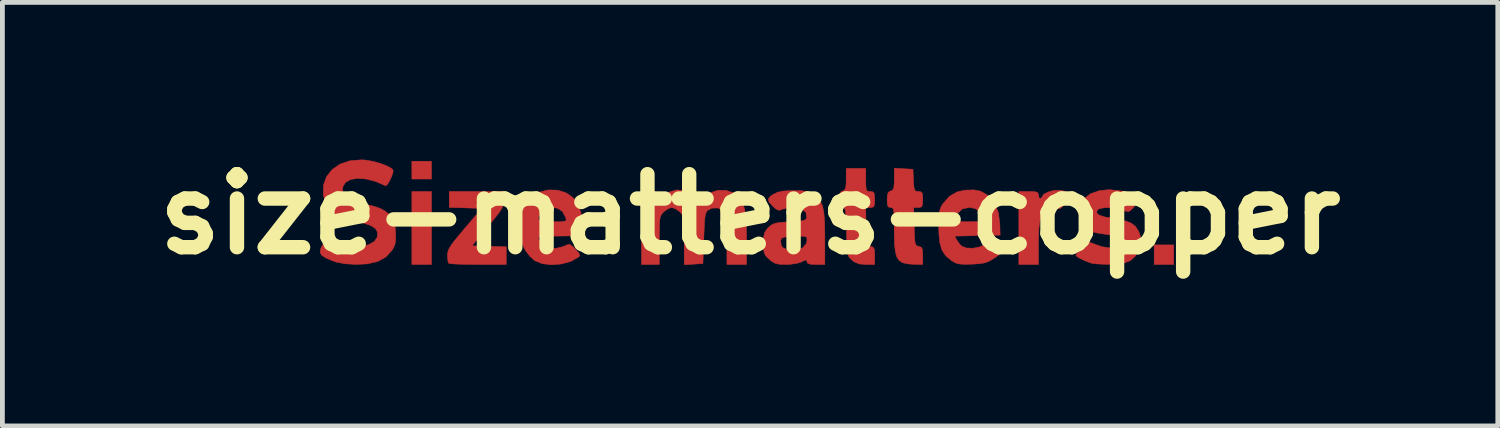
<source format=kicad_pcb>
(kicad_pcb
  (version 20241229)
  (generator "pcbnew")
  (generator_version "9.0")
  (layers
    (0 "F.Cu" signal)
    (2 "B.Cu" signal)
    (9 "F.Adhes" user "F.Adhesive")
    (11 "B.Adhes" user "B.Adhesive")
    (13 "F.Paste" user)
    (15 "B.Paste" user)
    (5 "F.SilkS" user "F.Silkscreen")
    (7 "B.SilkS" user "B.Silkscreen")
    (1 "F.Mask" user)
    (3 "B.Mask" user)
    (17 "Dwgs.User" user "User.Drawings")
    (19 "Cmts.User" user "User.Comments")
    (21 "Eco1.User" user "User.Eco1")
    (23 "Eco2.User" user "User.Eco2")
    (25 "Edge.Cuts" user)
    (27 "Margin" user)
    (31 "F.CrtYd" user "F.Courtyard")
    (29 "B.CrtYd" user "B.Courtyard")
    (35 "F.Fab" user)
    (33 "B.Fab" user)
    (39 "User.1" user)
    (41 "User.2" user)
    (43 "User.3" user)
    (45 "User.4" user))
  (footprint "size-matters-copper"
    (layer "F.Cu")
    (at 12.598 1.418)
    (property "Reference" "size-matters-copper" (at 0 0 0) (layer "F.SilkS") (effects (font (size 1.524 1.524) (thickness 0.3))))
    (attr through_hole)
    (fp_poly (pts (xy -6.647 -0.733) (xy -7.056 -0.733) (xy -7.056 -1.104) (xy -6.647 -1.104) (xy -6.647 -0.733)) (stroke (width 0.01) (type solid)) (fill yes) (layer "F.Cu"))
    (fp_poly (pts (xy -6.647 1.05) (xy -7.056 1.05) (xy -7.056 -0.473) (xy -6.647 -0.473) (xy -6.647 1.05)) (stroke (width 0.01) (type solid)) (fill yes) (layer "F.Cu"))
    (fp_poly (pts (xy 8.838 1.05) (xy 8.43 1.05) (xy 8.43 0.641) (xy 8.838 0.641) (xy 8.838 1.05)) (stroke (width 0.01) (type solid)) (fill yes) (layer "F.Cu"))
    (fp_poly (pts (xy -5.126 -0.315) (xy -5.13 -0.247) (xy -5.147 -0.183) (xy -5.184 -0.111) (xy -5.248 -0.018) (xy -5.348 0.109) (xy -5.464 0.251) (xy -5.801 0.66) (xy -5.444 0.67) (xy -5.087 0.681) (xy -5.087 1.05) (xy -5.675 1.05) (xy -5.877 1.048) (xy -6.052 1.044) (xy -6.188 1.038) (xy -6.27 1.03) (xy -6.288 1.025) (xy -6.304 0.975) (xy -6.313 0.882) (xy -6.313 0.859) (xy -6.308 0.798) (xy -6.288 0.736) (xy -6.246 0.661) (xy -6.174 0.563) (xy -6.065 0.43) (xy -5.955 0.299) (xy -5.597 -0.12) (xy -5.936 -0.131) (xy -6.276 -0.141) (xy -6.276 -0.473) (xy -5.125 -0.473) (xy -5.126 -0.315)) (stroke (width 0.01) (type solid)) (fill yes) (layer "F.Cu"))
    (fp_poly (pts (xy 6.472 -0.498) (xy 6.6 -0.472) (xy 6.66 -0.429) (xy 6.656 -0.36) (xy 6.593 -0.252) (xy 6.591 -0.25) (xy 6.522 -0.159) (xy 6.467 -0.119) (xy 6.404 -0.117) (xy 6.382 -0.121) (xy 6.259 -0.133) (xy 6.165 -0.104) (xy 6.097 -0.028) (xy 6.052 0.102) (xy 6.026 0.292) (xy 6.016 0.547) (xy 6.016 0.603) (xy 6.016 1.05) (xy 5.607 1.05) (xy 5.607 -0.473) (xy 5.812 -0.473) (xy 5.93 -0.47) (xy 5.991 -0.456) (xy 6.014 -0.425) (xy 6.016 -0.398) (xy 6.031 -0.338) (xy 6.053 -0.324) (xy 6.089 -0.352) (xy 6.09 -0.36) (xy 6.123 -0.412) (xy 6.208 -0.458) (xy 6.32 -0.491) (xy 6.436 -0.501) (xy 6.472 -0.498)) (stroke (width 0.01) (type solid)) (fill yes) (layer "F.Cu"))
    (fp_poly (pts (xy 2.414 -0.714) (xy 2.415 -0.584) (xy 2.425 -0.512) (xy 2.448 -0.481) (xy 2.491 -0.473) (xy 2.507 -0.473) (xy 2.564 -0.466) (xy 2.591 -0.432) (xy 2.599 -0.351) (xy 2.599 -0.306) (xy 2.596 -0.203) (xy 2.577 -0.154) (xy 2.532 -0.139) (xy 2.505 -0.139) (xy 2.411 -0.139) (xy 2.422 0.261) (xy 2.427 0.437) (xy 2.435 0.553) (xy 2.447 0.621) (xy 2.467 0.655) (xy 2.498 0.669) (xy 2.516 0.672) (xy 2.566 0.688) (xy 2.591 0.731) (xy 2.599 0.82) (xy 2.599 0.867) (xy 2.599 1.05) (xy 2.416 1.05) (xy 2.276 1.038) (xy 2.173 0.995) (xy 2.128 0.96) (xy 2.086 0.922) (xy 2.057 0.883) (xy 2.038 0.829) (xy 2.026 0.746) (xy 2.019 0.621) (xy 2.013 0.44) (xy 2.012 0.366) (xy 2.006 0.164) (xy 2 0.024) (xy 1.99 -0.065) (xy 1.976 -0.114) (xy 1.955 -0.134) (xy 1.928 -0.139) (xy 1.883 -0.151) (xy 1.862 -0.2) (xy 1.857 -0.301) (xy 1.864 -0.409) (xy 1.89 -0.463) (xy 1.931 -0.484) (xy 1.973 -0.504) (xy 1.995 -0.552) (xy 2.004 -0.643) (xy 2.005 -0.729) (xy 2.005 -0.955) (xy 2.414 -0.955) (xy 2.414 -0.714)) (stroke (width 0.01) (type solid)) (fill yes) (layer "F.Cu"))
    (fp_poly (pts (xy 3.203 -0.948) (xy 3.398 -0.937) (xy 3.409 -0.705) (xy 3.417 -0.578) (xy 3.431 -0.508) (xy 3.458 -0.479) (xy 3.507 -0.473) (xy 3.511 -0.473) (xy 3.567 -0.466) (xy 3.594 -0.431) (xy 3.602 -0.348) (xy 3.602 -0.306) (xy 3.598 -0.203) (xy 3.579 -0.154) (xy 3.534 -0.139) (xy 3.508 -0.139) (xy 3.414 -0.139) (xy 3.424 0.261) (xy 3.43 0.437) (xy 3.437 0.553) (xy 3.449 0.621) (xy 3.47 0.655) (xy 3.501 0.669) (xy 3.518 0.672) (xy 3.569 0.688) (xy 3.594 0.731) (xy 3.602 0.82) (xy 3.602 0.867) (xy 3.602 1.05) (xy 3.426 1.047) (xy 3.302 1.038) (xy 3.198 1.017) (xy 3.17 1.006) (xy 3.107 0.962) (xy 3.062 0.893) (xy 3.032 0.787) (xy 3.015 0.634) (xy 3.008 0.422) (xy 3.008 0.324) (xy 3.007 0.132) (xy 3.004 0.002) (xy 2.996 -0.078) (xy 2.981 -0.12) (xy 2.959 -0.136) (xy 2.934 -0.139) (xy 2.887 -0.15) (xy 2.865 -0.196) (xy 2.859 -0.297) (xy 2.859 -0.301) (xy 2.866 -0.409) (xy 2.892 -0.463) (xy 2.934 -0.484) (xy 2.975 -0.504) (xy 2.998 -0.551) (xy 3.007 -0.642) (xy 3.008 -0.731) (xy 3.008 -0.959) (xy 3.203 -0.948)) (stroke (width 0.01) (type solid)) (fill yes) (layer "F.Cu"))
    (fp_poly (pts (xy 4.806 -0.48) (xy 4.927 -0.413) (xy 4.975 -0.375) (xy 5.104 -0.223) (xy 5.182 -0.023) (xy 5.211 0.214) (xy 5.217 0.437) (xy 4.743 0.447) (xy 4.269 0.458) (xy 4.313 0.54) (xy 4.372 0.624) (xy 4.416 0.668) (xy 4.512 0.705) (xy 4.642 0.711) (xy 4.774 0.688) (xy 4.83 0.665) (xy 4.893 0.64) (xy 4.947 0.647) (xy 5.019 0.695) (xy 5.062 0.731) (xy 5.198 0.846) (xy 5.062 0.938) (xy 4.975 0.988) (xy 4.88 1.019) (xy 4.751 1.036) (xy 4.626 1.043) (xy 4.47 1.046) (xy 4.365 1.039) (xy 4.288 1.018) (xy 4.215 0.977) (xy 4.192 0.961) (xy 4.082 0.867) (xy 4.006 0.755) (xy 3.961 0.61) (xy 3.94 0.417) (xy 3.936 0.261) (xy 3.938 0.116) (xy 4.282 0.116) (xy 4.294 0.141) (xy 4.342 0.154) (xy 4.439 0.158) (xy 4.565 0.159) (xy 4.722 0.155) (xy 4.816 0.145) (xy 4.859 0.124) (xy 4.865 0.108) (xy 4.843 0.045) (xy 4.791 -0.037) (xy 4.788 -0.041) (xy 4.707 -0.113) (xy 4.6 -0.138) (xy 4.571 -0.139) (xy 4.431 -0.111) (xy 4.336 -0.025) (xy 4.291 0.075) (xy 4.282 0.116) (xy 3.938 0.116) (xy 3.939 0.087) (xy 3.948 -0.032) (xy 3.968 -0.116) (xy 4.002 -0.186) (xy 4.02 -0.213) (xy 4.158 -0.371) (xy 4.319 -0.465) (xy 4.488 -0.501) (xy 4.669 -0.507) (xy 4.806 -0.48)) (stroke (width 0.01) (type solid)) (fill yes) (layer "F.Cu"))
    (fp_poly (pts (xy -4.015 -0.501) (xy -3.837 -0.445) (xy -3.688 -0.339) (xy -3.626 -0.262) (xy -3.574 -0.157) (xy -3.526 -0.017) (xy -3.488 0.135) (xy -3.465 0.275) (xy -3.463 0.379) (xy -3.469 0.404) (xy -3.494 0.427) (xy -3.556 0.442) (xy -3.666 0.451) (xy -3.833 0.455) (xy -3.954 0.456) (xy -4.168 0.459) (xy -4.319 0.468) (xy -4.403 0.482) (xy -4.419 0.494) (xy -4.395 0.545) (xy -4.336 0.616) (xy -4.328 0.624) (xy -4.206 0.697) (xy -4.054 0.715) (xy -3.894 0.675) (xy -3.866 0.662) (xy -3.798 0.632) (xy -3.748 0.638) (xy -3.687 0.685) (xy -3.643 0.73) (xy -3.573 0.811) (xy -3.554 0.862) (xy -3.573 0.891) (xy -3.735 0.983) (xy -3.931 1.038) (xy -4.138 1.056) (xy -4.333 1.033) (xy -4.493 0.969) (xy -4.497 0.966) (xy -4.592 0.88) (xy -4.682 0.763) (xy -4.709 0.715) (xy -4.753 0.621) (xy -4.777 0.529) (xy -4.786 0.417) (xy -4.783 0.26) (xy -4.782 0.231) (xy -4.773 0.105) (xy -4.418 0.105) (xy -4.378 0.139) (xy -4.278 0.155) (xy -4.119 0.159) (xy -3.972 0.158) (xy -3.884 0.152) (xy -3.844 0.138) (xy -3.836 0.11) (xy -3.845 0.075) (xy -3.913 -0.056) (xy -4.02 -0.124) (xy -4.125 -0.139) (xy -4.242 -0.122) (xy -4.325 -0.061) (xy -4.342 -0.041) (xy -4.404 0.047) (xy -4.418 0.105) (xy -4.773 0.105) (xy -4.77 0.053) (xy -4.748 -0.074) (xy -4.712 -0.173) (xy -4.681 -0.229) (xy -4.554 -0.37) (xy -4.39 -0.462) (xy -4.205 -0.506) (xy -4.015 -0.501)) (stroke (width 0.01) (type solid)) (fill yes) (layer "F.Cu"))
    (fp_poly (pts (xy -1.365 -0.493) (xy -1.21 -0.423) (xy -1.141 -0.362) (xy -1.036 -0.245) (xy -0.965 -0.335) (xy -0.837 -0.442) (xy -0.677 -0.497) (xy -0.506 -0.498) (xy -0.345 -0.443) (xy -0.261 -0.381) (xy -0.193 -0.301) (xy -0.142 -0.202) (xy -0.108 -0.074) (xy -0.086 0.096) (xy -0.076 0.319) (xy -0.074 0.525) (xy -0.074 1.05) (xy -0.483 1.05) (xy -0.483 0.53) (xy -0.484 0.321) (xy -0.487 0.173) (xy -0.496 0.073) (xy -0.51 0.007) (xy -0.533 -0.037) (xy -0.557 -0.064) (xy -0.668 -0.129) (xy -0.793 -0.126) (xy -0.875 -0.086) (xy -0.904 -0.058) (xy -0.925 -0.013) (xy -0.94 0.059) (xy -0.951 0.173) (xy -0.959 0.339) (xy -0.965 0.499) (xy -0.984 1.031) (xy -1.374 1.054) (xy -1.374 0.549) (xy -1.375 0.345) (xy -1.378 0.202) (xy -1.386 0.106) (xy -1.401 0.042) (xy -1.425 -0.002) (xy -1.46 -0.042) (xy -1.465 -0.047) (xy -1.549 -0.11) (xy -1.63 -0.138) (xy -1.634 -0.139) (xy -1.713 -0.113) (xy -1.798 -0.052) (xy -1.803 -0.047) (xy -1.839 -0.007) (xy -1.865 0.036) (xy -1.881 0.097) (xy -1.889 0.188) (xy -1.893 0.325) (xy -1.894 0.52) (xy -1.894 0.547) (xy -1.894 1.05) (xy -2.265 1.05) (xy -2.265 -0.473) (xy -2.08 -0.473) (xy -1.968 -0.469) (xy -1.913 -0.452) (xy -1.895 -0.416) (xy -1.894 -0.398) (xy -1.878 -0.338) (xy -1.857 -0.324) (xy -1.821 -0.352) (xy -1.82 -0.36) (xy -1.79 -0.4) (xy -1.717 -0.45) (xy -1.702 -0.457) (xy -1.537 -0.505) (xy -1.365 -0.493)) (stroke (width 0.01) (type solid)) (fill yes) (layer "F.Cu"))
    (fp_poly (pts (xy 7.717 -0.489) (xy 7.862 -0.451) (xy 8.005 -0.398) (xy 8.081 -0.35) (xy 8.099 -0.295) (xy 8.063 -0.223) (xy 8.02 -0.168) (xy 7.95 -0.087) (xy 7.9 -0.054) (xy 7.842 -0.061) (xy 7.78 -0.085) (xy 7.658 -0.12) (xy 7.518 -0.136) (xy 7.385 -0.134) (xy 7.283 -0.112) (xy 7.245 -0.088) (xy 7.227 -0.031) (xy 7.275 0.016) (xy 7.392 0.056) (xy 7.581 0.089) (xy 7.583 0.09) (xy 7.793 0.128) (xy 7.943 0.182) (xy 8.044 0.259) (xy 8.11 0.366) (xy 8.128 0.415) (xy 8.157 0.523) (xy 8.156 0.607) (xy 8.124 0.707) (xy 8.11 0.744) (xy 8.035 0.878) (xy 7.934 0.969) (xy 7.793 1.023) (xy 7.601 1.045) (xy 7.483 1.047) (xy 7.336 1.043) (xy 7.213 1.036) (xy 7.138 1.028) (xy 7.13 1.026) (xy 7.011 0.982) (xy 6.902 0.933) (xy 6.824 0.889) (xy 6.796 0.861) (xy 6.817 0.817) (xy 6.871 0.741) (xy 6.896 0.709) (xy 6.96 0.63) (xy 7.001 0.578) (xy 7.007 0.57) (xy 7.044 0.574) (xy 7.125 0.601) (xy 7.157 0.614) (xy 7.336 0.678) (xy 7.483 0.701) (xy 7.623 0.685) (xy 7.651 0.678) (xy 7.759 0.633) (xy 7.796 0.575) (xy 7.762 0.509) (xy 7.748 0.497) (xy 7.688 0.472) (xy 7.577 0.446) (xy 7.436 0.422) (xy 7.413 0.419) (xy 7.266 0.397) (xy 7.141 0.371) (xy 7.062 0.347) (xy 7.056 0.345) (xy 6.949 0.248) (xy 6.884 0.111) (xy 6.866 -0.047) (xy 6.897 -0.203) (xy 6.965 -0.32) (xy 7.098 -0.424) (xy 7.278 -0.488) (xy 7.49 -0.511) (xy 7.717 -0.489)) (stroke (width 0.01) (type solid)) (fill yes) (layer "F.Cu"))
    (fp_poly (pts (xy -8.02 -1.128) (xy -7.874 -1.103) (xy -7.721 -1.061) (xy -7.584 -1.01) (xy -7.485 -0.957) (xy -7.448 -0.923) (xy -7.449 -0.873) (xy -7.476 -0.791) (xy -7.518 -0.701) (xy -7.562 -0.627) (xy -7.599 -0.592) (xy -7.605 -0.593) (xy -7.812 -0.683) (xy -8.01 -0.734) (xy -8.188 -0.747) (xy -8.335 -0.723) (xy -8.442 -0.662) (xy -8.498 -0.566) (xy -8.504 -0.515) (xy -8.49 -0.429) (xy -8.441 -0.361) (xy -8.347 -0.305) (xy -8.197 -0.253) (xy -8.023 -0.209) (xy -7.84 -0.163) (xy -7.71 -0.117) (xy -7.613 -0.064) (xy -7.543 -0.008) (xy -7.472 0.063) (xy -7.431 0.129) (xy -7.41 0.215) (xy -7.398 0.347) (xy -7.397 0.368) (xy -7.393 0.515) (xy -7.404 0.615) (xy -7.435 0.695) (xy -7.47 0.753) (xy -7.598 0.893) (xy -7.767 0.986) (xy -7.984 1.037) (xy -8.205 1.048) (xy -8.445 1.036) (xy -8.634 0.999) (xy -8.706 0.975) (xy -8.855 0.91) (xy -8.941 0.853) (xy -8.971 0.791) (xy -8.954 0.712) (xy -8.928 0.658) (xy -8.878 0.571) (xy -8.841 0.516) (xy -8.835 0.51) (xy -8.792 0.517) (xy -8.707 0.55) (xy -8.65 0.577) (xy -8.471 0.643) (xy -8.286 0.673) (xy -8.108 0.67) (xy -7.954 0.635) (xy -7.839 0.57) (xy -7.777 0.477) (xy -7.776 0.473) (xy -7.772 0.377) (xy -7.816 0.299) (xy -7.917 0.235) (xy -8.08 0.181) (xy -8.258 0.142) (xy -8.472 0.093) (xy -8.626 0.038) (xy -8.733 -0.033) (xy -8.809 -0.127) (xy -8.84 -0.187) (xy -8.904 -0.403) (xy -8.9 -0.603) (xy -8.836 -0.783) (xy -8.717 -0.933) (xy -8.55 -1.046) (xy -8.341 -1.116) (xy -8.098 -1.134) (xy -8.02 -1.128)) (stroke (width 0.01) (type solid)) (fill yes) (layer "F.Cu"))
    (fp_poly (pts (xy 1.069 -0.488) (xy 1.178 -0.475) (xy 1.259 -0.447) (xy 1.332 -0.402) (xy 1.412 -0.336) (xy 1.471 -0.26) (xy 1.513 -0.164) (xy 1.539 -0.034) (xy 1.554 0.142) (xy 1.559 0.374) (xy 1.56 0.492) (xy 1.56 1.05) (xy 1.374 1.05) (xy 1.258 1.044) (xy 1.201 1.024) (xy 1.188 0.993) (xy 1.181 0.958) (xy 1.145 0.961) (xy 1.079 0.993) (xy 0.974 1.027) (xy 0.829 1.047) (xy 0.745 1.05) (xy 0.61 1.045) (xy 0.518 1.024) (xy 0.442 0.977) (xy 0.4 0.941) (xy 0.331 0.874) (xy 0.295 0.809) (xy 0.281 0.719) (xy 0.279 0.608) (xy 0.28 0.565) (xy 0.637 0.565) (xy 0.654 0.662) (xy 0.691 0.704) (xy 0.795 0.744) (xy 0.929 0.749) (xy 1.056 0.721) (xy 1.106 0.695) (xy 1.172 0.614) (xy 1.188 0.545) (xy 1.185 0.497) (xy 1.165 0.471) (xy 1.111 0.46) (xy 1.009 0.46) (xy 0.919 0.463) (xy 0.78 0.471) (xy 0.698 0.483) (xy 0.657 0.505) (xy 0.64 0.544) (xy 0.637 0.565) (xy 0.28 0.565) (xy 0.283 0.474) (xy 0.303 0.387) (xy 0.345 0.318) (xy 0.381 0.28) (xy 0.437 0.231) (xy 0.496 0.199) (xy 0.579 0.179) (xy 0.703 0.166) (xy 0.827 0.159) (xy 0.989 0.148) (xy 1.091 0.137) (xy 1.147 0.119) (xy 1.173 0.092) (xy 1.181 0.061) (xy 1.164 -0.038) (xy 1.084 -0.106) (xy 0.949 -0.137) (xy 0.905 -0.139) (xy 0.784 -0.13) (xy 0.684 -0.107) (xy 0.662 -0.098) (xy 0.603 -0.08) (xy 0.542 -0.106) (xy 0.479 -0.161) (xy 0.398 -0.25) (xy 0.38 -0.314) (xy 0.424 -0.373) (xy 0.492 -0.418) (xy 0.581 -0.459) (xy 0.692 -0.482) (xy 0.849 -0.491) (xy 0.91 -0.491) (xy 1.069 -0.488)) (stroke (width 0.01) (type solid)) (fill yes) (layer "F.Cu"))
    (fp_poly (pts (xy -6.647 -0.743) (xy -7.056 -0.743) (xy -7.056 -1.114) (xy -6.647 -1.114) (xy -6.647 -0.743)) (stroke (width 0.01) (type solid)) (fill yes) (layer "F.Mask"))
    (fp_poly (pts (xy -6.647 1.04) (xy -7.056 1.04) (xy -7.056 -0.483) (xy -6.647 -0.483) (xy -6.647 1.04)) (stroke (width 0.01) (type solid)) (fill yes) (layer "F.Mask"))
    (fp_poly (pts (xy 8.838 1.04) (xy 8.43 1.04) (xy 8.43 0.631) (xy 8.838 0.631) (xy 8.838 1.04)) (stroke (width 0.01) (type solid)) (fill yes) (layer "F.Mask"))
    (fp_poly (pts (xy -5.126 -0.325) (xy -5.13 -0.257) (xy -5.147 -0.193) (xy -5.184 -0.121) (xy -5.248 -0.028) (xy -5.348 0.099) (xy -5.464 0.241) (xy -5.801 0.65) (xy -5.444 0.66) (xy -5.087 0.671) (xy -5.087 1.04) (xy -5.675 1.04) (xy -5.877 1.038) (xy -6.052 1.034) (xy -6.188 1.028) (xy -6.27 1.02) (xy -6.288 1.015) (xy -6.304 0.965) (xy -6.313 0.872) (xy -6.313 0.849) (xy -6.308 0.788) (xy -6.288 0.726) (xy -6.246 0.651) (xy -6.174 0.553) (xy -6.065 0.42) (xy -5.955 0.289) (xy -5.597 -0.13) (xy -5.936 -0.141) (xy -6.276 -0.151) (xy -6.276 -0.483) (xy -5.125 -0.483) (xy -5.126 -0.325)) (stroke (width 0.01) (type solid)) (fill yes) (layer "F.Mask"))
    (fp_poly (pts (xy 6.472 -0.508) (xy 6.6 -0.482) (xy 6.66 -0.439) (xy 6.656 -0.37) (xy 6.593 -0.262) (xy 6.591 -0.26) (xy 6.522 -0.169) (xy 6.467 -0.129) (xy 6.404 -0.127) (xy 6.382 -0.131) (xy 6.259 -0.143) (xy 6.165 -0.114) (xy 6.097 -0.038) (xy 6.052 0.092) (xy 6.026 0.282) (xy 6.016 0.537) (xy 6.016 0.593) (xy 6.016 1.04) (xy 5.607 1.04) (xy 5.607 -0.483) (xy 5.812 -0.483) (xy 5.93 -0.48) (xy 5.991 -0.466) (xy 6.014 -0.435) (xy 6.016 -0.408) (xy 6.031 -0.348) (xy 6.053 -0.334) (xy 6.089 -0.362) (xy 6.09 -0.37) (xy 6.123 -0.422) (xy 6.208 -0.468) (xy 6.32 -0.501) (xy 6.436 -0.511) (xy 6.472 -0.508)) (stroke (width 0.01) (type solid)) (fill yes) (layer "F.Mask"))
    (fp_poly (pts (xy 2.414 -0.724) (xy 2.415 -0.594) (xy 2.425 -0.522) (xy 2.448 -0.491) (xy 2.491 -0.483) (xy 2.507 -0.483) (xy 2.564 -0.476) (xy 2.591 -0.442) (xy 2.599 -0.361) (xy 2.599 -0.316) (xy 2.596 -0.213) (xy 2.577 -0.164) (xy 2.532 -0.149) (xy 2.505 -0.149) (xy 2.411 -0.149) (xy 2.422 0.251) (xy 2.427 0.427) (xy 2.435 0.543) (xy 2.447 0.611) (xy 2.467 0.645) (xy 2.498 0.659) (xy 2.516 0.662) (xy 2.566 0.678) (xy 2.591 0.721) (xy 2.599 0.81) (xy 2.599 0.857) (xy 2.599 1.04) (xy 2.416 1.04) (xy 2.276 1.028) (xy 2.173 0.985) (xy 2.128 0.95) (xy 2.086 0.912) (xy 2.057 0.873) (xy 2.038 0.819) (xy 2.026 0.736) (xy 2.019 0.611) (xy 2.013 0.43) (xy 2.012 0.356) (xy 2.006 0.154) (xy 2 0.014) (xy 1.99 -0.075) (xy 1.976 -0.124) (xy 1.955 -0.144) (xy 1.928 -0.149) (xy 1.883 -0.161) (xy 1.862 -0.21) (xy 1.857 -0.311) (xy 1.864 -0.419) (xy 1.89 -0.473) (xy 1.931 -0.494) (xy 1.973 -0.514) (xy 1.995 -0.562) (xy 2.004 -0.653) (xy 2.005 -0.739) (xy 2.005 -0.965) (xy 2.414 -0.965) (xy 2.414 -0.724)) (stroke (width 0.01) (type solid)) (fill yes) (layer "F.Mask"))
    (fp_poly (pts (xy 3.203 -0.958) (xy 3.398 -0.947) (xy 3.409 -0.715) (xy 3.417 -0.588) (xy 3.431 -0.518) (xy 3.458 -0.489) (xy 3.507 -0.483) (xy 3.511 -0.483) (xy 3.567 -0.476) (xy 3.594 -0.441) (xy 3.602 -0.358) (xy 3.602 -0.316) (xy 3.598 -0.213) (xy 3.579 -0.164) (xy 3.534 -0.149) (xy 3.508 -0.149) (xy 3.414 -0.149) (xy 3.424 0.251) (xy 3.43 0.427) (xy 3.437 0.543) (xy 3.449 0.611) (xy 3.47 0.645) (xy 3.501 0.659) (xy 3.518 0.662) (xy 3.569 0.678) (xy 3.594 0.721) (xy 3.602 0.81) (xy 3.602 0.857) (xy 3.602 1.04) (xy 3.426 1.037) (xy 3.302 1.028) (xy 3.198 1.007) (xy 3.17 0.996) (xy 3.107 0.952) (xy 3.062 0.883) (xy 3.032 0.777) (xy 3.015 0.624) (xy 3.008 0.412) (xy 3.008 0.314) (xy 3.007 0.122) (xy 3.004 -0.008) (xy 2.996 -0.088) (xy 2.981 -0.13) (xy 2.959 -0.146) (xy 2.934 -0.149) (xy 2.887 -0.16) (xy 2.865 -0.206) (xy 2.859 -0.307) (xy 2.859 -0.311) (xy 2.866 -0.419) (xy 2.892 -0.473) (xy 2.934 -0.494) (xy 2.975 -0.514) (xy 2.998 -0.561) (xy 3.007 -0.652) (xy 3.008 -0.741) (xy 3.008 -0.969) (xy 3.203 -0.958)) (stroke (width 0.01) (type solid)) (fill yes) (layer "F.Mask"))
    (fp_poly (pts (xy 4.806 -0.49) (xy 4.927 -0.423) (xy 4.975 -0.385) (xy 5.104 -0.233) (xy 5.182 -0.033) (xy 5.211 0.204) (xy 5.217 0.427) (xy 4.743 0.437) (xy 4.269 0.448) (xy 4.313 0.53) (xy 4.372 0.614) (xy 4.416 0.658) (xy 4.512 0.695) (xy 4.642 0.701) (xy 4.774 0.678) (xy 4.83 0.655) (xy 4.893 0.63) (xy 4.947 0.637) (xy 5.019 0.685) (xy 5.062 0.721) (xy 5.198 0.836) (xy 5.062 0.928) (xy 4.975 0.978) (xy 4.88 1.009) (xy 4.751 1.026) (xy 4.626 1.033) (xy 4.47 1.036) (xy 4.365 1.029) (xy 4.288 1.008) (xy 4.215 0.967) (xy 4.192 0.951) (xy 4.082 0.857) (xy 4.006 0.745) (xy 3.961 0.6) (xy 3.94 0.407) (xy 3.936 0.251) (xy 3.938 0.106) (xy 4.282 0.106) (xy 4.294 0.131) (xy 4.342 0.144) (xy 4.439 0.148) (xy 4.565 0.149) (xy 4.722 0.145) (xy 4.816 0.135) (xy 4.859 0.114) (xy 4.865 0.098) (xy 4.843 0.035) (xy 4.791 -0.047) (xy 4.788 -0.051) (xy 4.707 -0.123) (xy 4.6 -0.148) (xy 4.571 -0.149) (xy 4.431 -0.121) (xy 4.336 -0.035) (xy 4.291 0.065) (xy 4.282 0.106) (xy 3.938 0.106) (xy 3.939 0.077) (xy 3.948 -0.042) (xy 3.968 -0.126) (xy 4.002 -0.196) (xy 4.02 -0.223) (xy 4.158 -0.381) (xy 4.319 -0.475) (xy 4.488 -0.511) (xy 4.669 -0.517) (xy 4.806 -0.49)) (stroke (width 0.01) (type solid)) (fill yes) (layer "F.Mask"))
    (fp_poly (pts (xy -4.015 -0.511) (xy -3.837 -0.455) (xy -3.688 -0.349) (xy -3.626 -0.272) (xy -3.574 -0.167) (xy -3.526 -0.027) (xy -3.488 0.125) (xy -3.465 0.265) (xy -3.463 0.369) (xy -3.469 0.394) (xy -3.494 0.417) (xy -3.556 0.432) (xy -3.666 0.441) (xy -3.833 0.445) (xy -3.954 0.446) (xy -4.168 0.449) (xy -4.319 0.458) (xy -4.403 0.472) (xy -4.419 0.484) (xy -4.395 0.535) (xy -4.336 0.606) (xy -4.328 0.614) (xy -4.206 0.687) (xy -4.054 0.705) (xy -3.894 0.665) (xy -3.866 0.652) (xy -3.798 0.622) (xy -3.748 0.628) (xy -3.687 0.675) (xy -3.643 0.72) (xy -3.573 0.801) (xy -3.554 0.852) (xy -3.573 0.881) (xy -3.735 0.973) (xy -3.931 1.028) (xy -4.138 1.046) (xy -4.333 1.023) (xy -4.493 0.959) (xy -4.497 0.956) (xy -4.592 0.87) (xy -4.682 0.753) (xy -4.709 0.705) (xy -4.753 0.611) (xy -4.777 0.519) (xy -4.786 0.407) (xy -4.783 0.25) (xy -4.782 0.221) (xy -4.773 0.095) (xy -4.418 0.095) (xy -4.378 0.129) (xy -4.278 0.145) (xy -4.119 0.149) (xy -3.972 0.148) (xy -3.884 0.142) (xy -3.844 0.128) (xy -3.836 0.1) (xy -3.845 0.065) (xy -3.913 -0.066) (xy -4.02 -0.134) (xy -4.125 -0.149) (xy -4.242 -0.132) (xy -4.325 -0.071) (xy -4.342 -0.051) (xy -4.404 0.037) (xy -4.418 0.095) (xy -4.773 0.095) (xy -4.77 0.043) (xy -4.748 -0.084) (xy -4.712 -0.183) (xy -4.681 -0.239) (xy -4.554 -0.38) (xy -4.39 -0.472) (xy -4.205 -0.516) (xy -4.015 -0.511)) (stroke (width 0.01) (type solid)) (fill yes) (layer "F.Mask"))
    (fp_poly (pts (xy -1.365 -0.503) (xy -1.21 -0.433) (xy -1.141 -0.372) (xy -1.036 -0.255) (xy -0.965 -0.345) (xy -0.837 -0.452) (xy -0.677 -0.507) (xy -0.506 -0.508) (xy -0.345 -0.453) (xy -0.261 -0.391) (xy -0.193 -0.311) (xy -0.142 -0.212) (xy -0.108 -0.084) (xy -0.086 0.086) (xy -0.076 0.309) (xy -0.074 0.515) (xy -0.074 1.04) (xy -0.483 1.04) (xy -0.483 0.52) (xy -0.484 0.311) (xy -0.487 0.163) (xy -0.496 0.063) (xy -0.51 -0.003) (xy -0.533 -0.047) (xy -0.557 -0.074) (xy -0.668 -0.139) (xy -0.793 -0.136) (xy -0.875 -0.096) (xy -0.904 -0.068) (xy -0.925 -0.023) (xy -0.94 0.049) (xy -0.951 0.163) (xy -0.959 0.329) (xy -0.965 0.489) (xy -0.984 1.021) (xy -1.374 1.044) (xy -1.374 0.539) (xy -1.375 0.335) (xy -1.378 0.192) (xy -1.386 0.096) (xy -1.401 0.032) (xy -1.425 -0.012) (xy -1.46 -0.052) (xy -1.465 -0.057) (xy -1.549 -0.12) (xy -1.63 -0.148) (xy -1.634 -0.149) (xy -1.713 -0.123) (xy -1.798 -0.062) (xy -1.803 -0.057) (xy -1.839 -0.017) (xy -1.865 0.026) (xy -1.881 0.087) (xy -1.889 0.178) (xy -1.893 0.315) (xy -1.894 0.51) (xy -1.894 0.537) (xy -1.894 1.04) (xy -2.265 1.04) (xy -2.265 -0.483) (xy -2.08 -0.483) (xy -1.968 -0.479) (xy -1.913 -0.462) (xy -1.895 -0.426) (xy -1.894 -0.408) (xy -1.878 -0.348) (xy -1.857 -0.334) (xy -1.821 -0.362) (xy -1.82 -0.37) (xy -1.79 -0.41) (xy -1.717 -0.46) (xy -1.702 -0.467) (xy -1.537 -0.515) (xy -1.365 -0.503)) (stroke (width 0.01) (type solid)) (fill yes) (layer "F.Mask"))
    (fp_poly (pts (xy 7.717 -0.499) (xy 7.862 -0.461) (xy 8.005 -0.408) (xy 8.081 -0.36) (xy 8.099 -0.305) (xy 8.063 -0.233) (xy 8.02 -0.178) (xy 7.95 -0.097) (xy 7.9 -0.064) (xy 7.842 -0.071) (xy 7.78 -0.095) (xy 7.658 -0.13) (xy 7.518 -0.146) (xy 7.385 -0.144) (xy 7.283 -0.122) (xy 7.245 -0.098) (xy 7.227 -0.041) (xy 7.275 0.006) (xy 7.392 0.046) (xy 7.581 0.079) (xy 7.583 0.08) (xy 7.793 0.118) (xy 7.943 0.172) (xy 8.044 0.249) (xy 8.11 0.356) (xy 8.128 0.405) (xy 8.157 0.513) (xy 8.156 0.597) (xy 8.124 0.697) (xy 8.11 0.734) (xy 8.035 0.868) (xy 7.934 0.959) (xy 7.793 1.013) (xy 7.601 1.035) (xy 7.483 1.037) (xy 7.336 1.033) (xy 7.213 1.026) (xy 7.138 1.018) (xy 7.13 1.016) (xy 7.011 0.972) (xy 6.902 0.923) (xy 6.824 0.879) (xy 6.796 0.851) (xy 6.817 0.807) (xy 6.871 0.731) (xy 6.896 0.699) (xy 6.96 0.62) (xy 7.001 0.568) (xy 7.007 0.56) (xy 7.044 0.564) (xy 7.125 0.591) (xy 7.157 0.604) (xy 7.336 0.668) (xy 7.483 0.691) (xy 7.623 0.675) (xy 7.651 0.668) (xy 7.759 0.623) (xy 7.796 0.565) (xy 7.762 0.499) (xy 7.748 0.487) (xy 7.688 0.462) (xy 7.577 0.436) (xy 7.436 0.412) (xy 7.413 0.409) (xy 7.266 0.387) (xy 7.141 0.361) (xy 7.062 0.337) (xy 7.056 0.335) (xy 6.949 0.238) (xy 6.884 0.101) (xy 6.866 -0.057) (xy 6.897 -0.213) (xy 6.965 -0.33) (xy 7.098 -0.434) (xy 7.278 -0.498) (xy 7.49 -0.521) (xy 7.717 -0.499)) (stroke (width 0.01) (type solid)) (fill yes) (layer "F.Mask"))
    (fp_poly (pts (xy -8.02 -1.138) (xy -7.874 -1.113) (xy -7.721 -1.071) (xy -7.584 -1.02) (xy -7.485 -0.967) (xy -7.448 -0.933) (xy -7.449 -0.883) (xy -7.476 -0.801) (xy -7.518 -0.711) (xy -7.562 -0.637) (xy -7.599 -0.602) (xy -7.605 -0.603) (xy -7.812 -0.693) (xy -8.01 -0.744) (xy -8.188 -0.757) (xy -8.335 -0.733) (xy -8.442 -0.672) (xy -8.498 -0.576) (xy -8.504 -0.525) (xy -8.49 -0.439) (xy -8.441 -0.371) (xy -8.347 -0.315) (xy -8.197 -0.263) (xy -8.023 -0.219) (xy -7.84 -0.173) (xy -7.71 -0.127) (xy -7.613 -0.074) (xy -7.543 -0.018) (xy -7.472 0.053) (xy -7.431 0.119) (xy -7.41 0.205) (xy -7.398 0.337) (xy -7.397 0.358) (xy -7.393 0.505) (xy -7.404 0.605) (xy -7.435 0.685) (xy -7.47 0.743) (xy -7.598 0.883) (xy -7.767 0.976) (xy -7.984 1.027) (xy -8.205 1.038) (xy -8.445 1.026) (xy -8.634 0.989) (xy -8.706 0.965) (xy -8.855 0.9) (xy -8.941 0.843) (xy -8.971 0.781) (xy -8.954 0.702) (xy -8.928 0.648) (xy -8.878 0.561) (xy -8.841 0.506) (xy -8.835 0.5) (xy -8.792 0.507) (xy -8.707 0.54) (xy -8.65 0.567) (xy -8.471 0.633) (xy -8.286 0.663) (xy -8.108 0.66) (xy -7.954 0.625) (xy -7.839 0.56) (xy -7.777 0.467) (xy -7.776 0.463) (xy -7.772 0.367) (xy -7.816 0.289) (xy -7.917 0.225) (xy -8.08 0.171) (xy -8.258 0.132) (xy -8.472 0.083) (xy -8.626 0.028) (xy -8.733 -0.043) (xy -8.809 -0.137) (xy -8.84 -0.197) (xy -8.904 -0.413) (xy -8.9 -0.613) (xy -8.836 -0.793) (xy -8.717 -0.943) (xy -8.55 -1.056) (xy -8.341 -1.126) (xy -8.098 -1.144) (xy -8.02 -1.138)) (stroke (width 0.01) (type solid)) (fill yes) (layer "F.Mask"))
    (fp_poly (pts (xy 1.069 -0.498) (xy 1.178 -0.485) (xy 1.259 -0.457) (xy 1.332 -0.412) (xy 1.412 -0.346) (xy 1.471 -0.27) (xy 1.513 -0.174) (xy 1.539 -0.044) (xy 1.554 0.132) (xy 1.559 0.364) (xy 1.56 0.482) (xy 1.56 1.04) (xy 1.374 1.04) (xy 1.258 1.034) (xy 1.201 1.014) (xy 1.188 0.983) (xy 1.181 0.948) (xy 1.145 0.951) (xy 1.079 0.983) (xy 0.974 1.017) (xy 0.829 1.037) (xy 0.745 1.04) (xy 0.61 1.035) (xy 0.518 1.014) (xy 0.442 0.967) (xy 0.4 0.931) (xy 0.331 0.864) (xy 0.295 0.799) (xy 0.281 0.709) (xy 0.279 0.598) (xy 0.28 0.555) (xy 0.637 0.555) (xy 0.654 0.652) (xy 0.691 0.694) (xy 0.795 0.734) (xy 0.929 0.739) (xy 1.056 0.711) (xy 1.106 0.685) (xy 1.172 0.604) (xy 1.188 0.535) (xy 1.185 0.487) (xy 1.165 0.461) (xy 1.111 0.45) (xy 1.009 0.45) (xy 0.919 0.453) (xy 0.78 0.461) (xy 0.698 0.473) (xy 0.657 0.495) (xy 0.64 0.534) (xy 0.637 0.555) (xy 0.28 0.555) (xy 0.283 0.464) (xy 0.303 0.377) (xy 0.345 0.308) (xy 0.381 0.27) (xy 0.437 0.221) (xy 0.496 0.189) (xy 0.579 0.169) (xy 0.703 0.156) (xy 0.827 0.149) (xy 0.989 0.138) (xy 1.091 0.127) (xy 1.147 0.109) (xy 1.173 0.082) (xy 1.181 0.051) (xy 1.164 -0.048) (xy 1.084 -0.116) (xy 0.949 -0.147) (xy 0.905 -0.149) (xy 0.784 -0.14) (xy 0.684 -0.117) (xy 0.662 -0.108) (xy 0.603 -0.09) (xy 0.542 -0.116) (xy 0.479 -0.171) (xy 0.398 -0.26) (xy 0.38 -0.324) (xy 0.424 -0.383) (xy 0.492 -0.428) (xy 0.581 -0.469) (xy 0.692 -0.492) (xy 0.849 -0.501) (xy 0.91 -0.501) (xy 1.069 -0.498)) (stroke (width 0.01) (type solid)) (fill yes) (layer "F.Mask")))
  (gr_rect
    (start -3 -3)
    (end 28.197 5.836)
    (stroke (width 0.1) (type default))
    (fill no)
    (layer "Edge.Cuts")))
</source>
